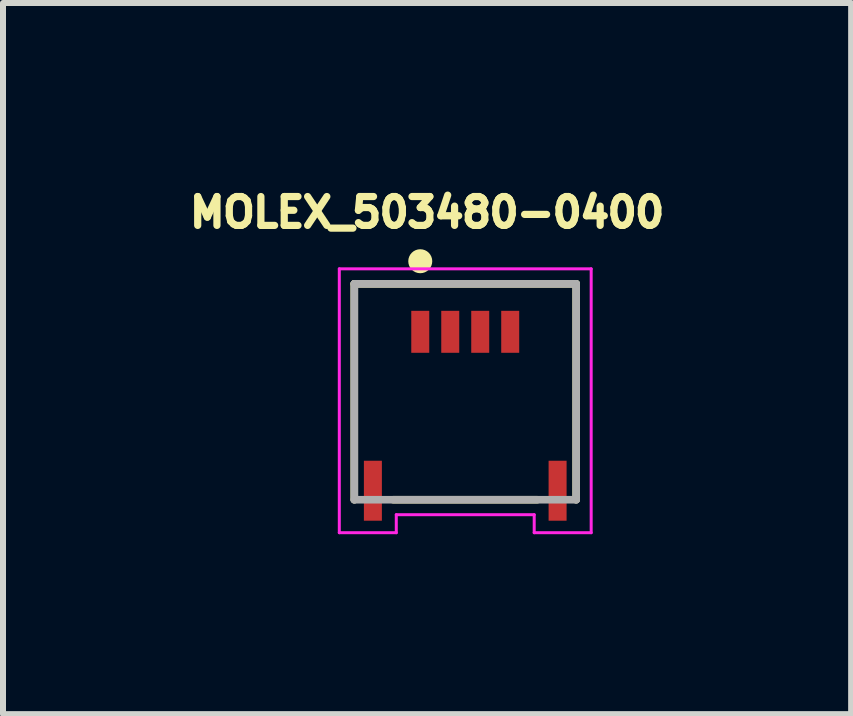
<source format=kicad_pcb>
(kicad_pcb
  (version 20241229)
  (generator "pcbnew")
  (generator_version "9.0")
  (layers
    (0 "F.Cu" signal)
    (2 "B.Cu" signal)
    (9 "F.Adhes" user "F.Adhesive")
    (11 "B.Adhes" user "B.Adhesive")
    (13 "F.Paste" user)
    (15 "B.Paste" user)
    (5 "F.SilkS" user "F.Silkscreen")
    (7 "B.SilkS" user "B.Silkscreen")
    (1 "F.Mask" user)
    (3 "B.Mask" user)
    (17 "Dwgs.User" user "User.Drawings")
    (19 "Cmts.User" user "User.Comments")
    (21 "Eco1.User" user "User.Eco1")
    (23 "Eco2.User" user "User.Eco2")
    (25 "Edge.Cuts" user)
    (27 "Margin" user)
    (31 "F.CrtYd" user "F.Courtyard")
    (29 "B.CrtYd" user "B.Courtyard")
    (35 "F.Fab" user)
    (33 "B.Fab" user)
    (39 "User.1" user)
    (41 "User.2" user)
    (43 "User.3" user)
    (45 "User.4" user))
  (footprint "MOLEX_503480-0400"
    (layer "F.Cu")
    (at 4.708 3.808)
    (property "Reference" "MOLEX_503480-0400" (at -0.636 -3.316 0) (layer "F.SilkS") (effects (font (size 0.481 0.481) (thickness 0.15))))
    (attr smd)
    (fp_line (start -1.85 -2.125) (end 1.85 -2.125) (stroke (width 0.127) (type solid)) (layer "F.SilkS"))
    (fp_line (start -1.85 1.475) (end -1.85 -2.125) (stroke (width 0.127) (type solid)) (layer "F.SilkS"))
    (fp_line (start -1.2 1.475) (end 1.2 1.475) (stroke (width 0.127) (type solid)) (layer "F.SilkS"))
    (fp_line (start 1.85 -2.125) (end 1.85 1.475) (stroke (width 0.127) (type solid)) (layer "F.SilkS"))
    (fp_circle (center -0.75 -2.502) (end -0.65 -2.502) (stroke (width 0.2) (type solid)) (fill no) (layer "F.SilkS"))
    (fp_line (start -2.1 -2.375) (end -2.1 2.025) (stroke (width 0.05) (type solid)) (layer "F.CrtYd"))
    (fp_line (start -2.1 2.025) (end -1.15 2.025) (stroke (width 0.05) (type solid)) (layer "F.CrtYd"))
    (fp_line (start -1.15 1.725) (end 1.15 1.725) (stroke (width 0.05) (type solid)) (layer "F.CrtYd"))
    (fp_line (start -1.15 2.025) (end -1.15 1.725) (stroke (width 0.05) (type solid)) (layer "F.CrtYd"))
    (fp_line (start 1.15 1.725) (end 1.15 2.025) (stroke (width 0.05) (type solid)) (layer "F.CrtYd"))
    (fp_line (start 1.15 2.025) (end 2.1 2.025) (stroke (width 0.05) (type solid)) (layer "F.CrtYd"))
    (fp_line (start 2.1 -2.375) (end -2.1 -2.375) (stroke (width 0.05) (type solid)) (layer "F.CrtYd"))
    (fp_line (start 2.1 2.025) (end 2.1 -2.375) (stroke (width 0.05) (type solid)) (layer "F.CrtYd"))
    (fp_line (start -1.85 -2.125) (end -1.85 1.475) (stroke (width 0.127) (type solid)) (layer "F.Fab"))
    (fp_line (start -1.85 1.475) (end 1.85 1.475) (stroke (width 0.127) (type solid)) (layer "F.Fab"))
    (fp_line (start 1.85 -2.125) (end -1.85 -2.125) (stroke (width 0.127) (type solid)) (layer "F.Fab"))
    (fp_line (start 1.85 1.475) (end 1.85 -2.125) (stroke (width 0.127) (type solid)) (layer "F.Fab"))
    (pad "1" smd rect (at -0.75 -1.325) (size 0.3 0.7) (layers "F.Cu" "F.Mask" "F.Paste"))
    (pad "2" smd rect (at -0.25 -1.325) (size 0.3 0.7) (layers "F.Cu" "F.Mask" "F.Paste"))
    (pad "3" smd rect (at 0.25 -1.325) (size 0.3 0.7) (layers "F.Cu" "F.Mask" "F.Paste"))
    (pad "4" smd rect (at 0.75 -1.325) (size 0.3 0.7) (layers "F.Cu" "F.Mask" "F.Paste"))
    (pad "S1" smd rect (at -1.54 1.325) (size 0.3 1) (layers "F.Cu" "F.Mask" "F.Paste"))
    (pad "S2" smd rect (at 1.54 1.325) (size 0.3 1) (layers "F.Cu" "F.Mask" "F.Paste")))
  (gr_rect
    (start -3 -3)
    (end 11.143 8.858)
    (stroke (width 0.1) (type default))
    (fill no)
    (layer "Edge.Cuts")))
</source>
